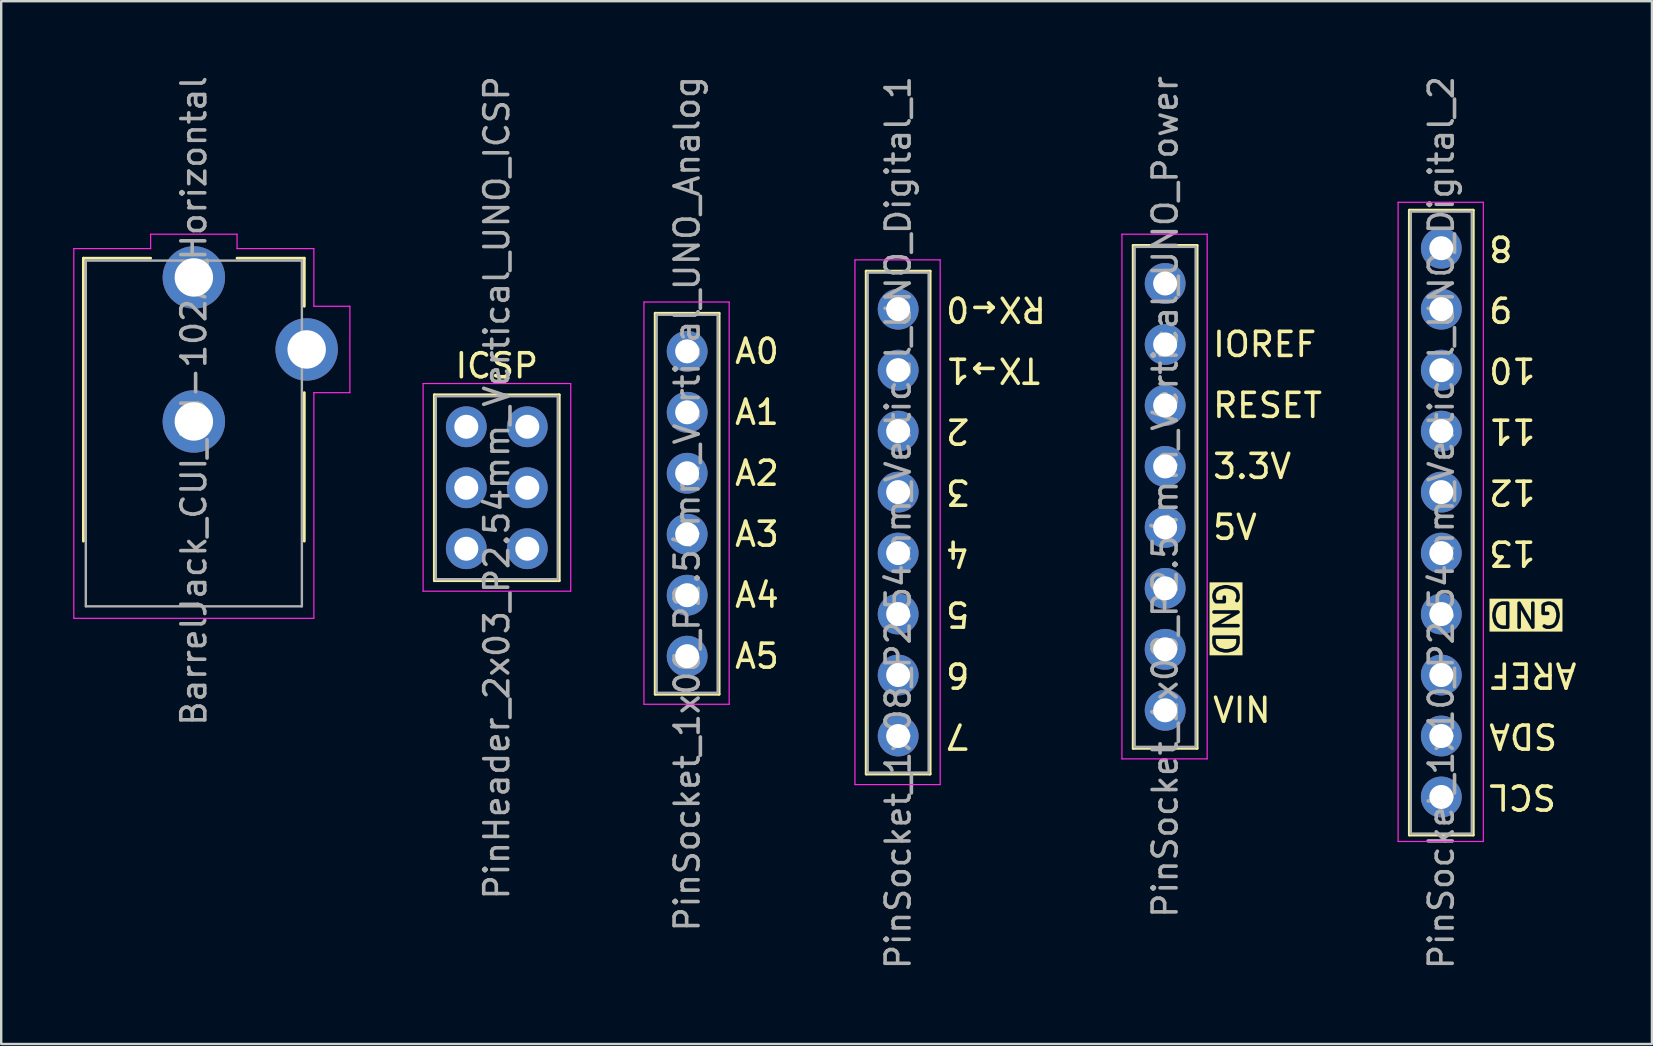
<source format=kicad_pcb>
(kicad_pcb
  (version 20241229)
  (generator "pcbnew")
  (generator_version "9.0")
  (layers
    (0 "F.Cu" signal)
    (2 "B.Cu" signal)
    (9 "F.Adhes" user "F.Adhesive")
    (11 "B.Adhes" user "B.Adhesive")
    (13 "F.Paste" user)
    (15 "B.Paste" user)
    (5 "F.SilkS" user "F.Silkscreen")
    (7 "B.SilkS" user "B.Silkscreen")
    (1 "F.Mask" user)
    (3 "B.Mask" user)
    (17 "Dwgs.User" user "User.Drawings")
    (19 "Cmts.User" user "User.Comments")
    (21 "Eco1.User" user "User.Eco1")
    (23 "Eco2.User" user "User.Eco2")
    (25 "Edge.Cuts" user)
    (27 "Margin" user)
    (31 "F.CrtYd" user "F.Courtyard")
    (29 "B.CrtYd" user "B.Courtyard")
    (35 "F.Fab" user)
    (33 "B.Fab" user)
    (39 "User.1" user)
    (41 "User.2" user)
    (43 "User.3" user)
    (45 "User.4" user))
  (footprint "PinSocket_1x08_P2.54mm_Vertical_UNO_Digital_1"
    (layer "F.Cu")
    (at 34.365 9.83)
    (property "Reference" "PinSocket_1x08_P2.54mm_Vertical_UNO_Digital_1" (at 0 8.89 270) (layer "F.Fab") (effects (font (size 1 1) (thickness 0.15))))
    (attr through_hole)
    (fp_line (start -1.33 -1.584) (end -1.33 19.364) (stroke (width 0.12) (type solid)) (layer "F.SilkS"))
    (fp_line (start -1.33 -1.584) (end 1.33 -1.584) (stroke (width 0.12) (type solid)) (layer "F.SilkS"))
    (fp_line (start -1.33 19.364) (end 1.33 19.364) (stroke (width 0.12) (type solid)) (layer "F.SilkS"))
    (fp_line (start 1.33 -1.584) (end 1.33 19.364) (stroke (width 0.12) (type solid)) (layer "F.SilkS"))
    (fp_line (start -1.8 -2.054) (end 1.75 -2.054) (stroke (width 0.05) (type solid)) (layer "F.CrtYd"))
    (fp_line (start -1.8 19.804) (end -1.8 -2.054) (stroke (width 0.05) (type solid)) (layer "F.CrtYd"))
    (fp_line (start 1.75 -2.054) (end 1.75 19.804) (stroke (width 0.05) (type solid)) (layer "F.CrtYd"))
    (fp_line (start 1.75 19.804) (end -1.8 19.804) (stroke (width 0.05) (type solid)) (layer "F.CrtYd"))
    (fp_line (start -1.27 -1.524) (end 1.27 -1.524) (stroke (width 0.1) (type solid)) (layer "F.Fab"))
    (fp_line (start -1.27 19.304) (end -1.27 -1.524) (stroke (width 0.1) (type solid)) (layer "F.Fab"))
    (fp_line (start 1.27 -1.524) (end 1.27 19.304) (stroke (width 0.1) (type solid)) (layer "F.Fab"))
    (fp_line (start 1.27 19.304) (end -1.27 19.304) (stroke (width 0.1) (type solid)) (layer "F.Fab"))
    (fp_text user "4" (at 1.905 10.16 180) (unlocked yes) (layer "F.SilkS") (effects (font (size 1 1) (thickness 0.15)) (justify right)))
    (fp_text user "7" (at 1.905 17.78 180) (unlocked yes) (layer "F.SilkS") (effects (font (size 1 1) (thickness 0.15)) (justify right)))
    (fp_text user "3" (at 1.905 7.62 180) (unlocked yes) (layer "F.SilkS") (effects (font (size 1 1) (thickness 0.15)) (justify right)))
    (fp_text user "2" (at 1.905 5.08 180) (unlocked yes) (layer "F.SilkS") (effects (font (size 1 1) (thickness 0.15)) (justify right)))
    (fp_text user "6" (at 1.905 15.24 180) (unlocked yes) (layer "F.SilkS") (effects (font (size 1 1) (thickness 0.15)) (justify right)))
    (fp_text user "TX→1" (at 1.905 2.54 180) (unlocked yes) (layer "F.SilkS") (effects (font (size 1 1) (thickness 0.15)) (justify right)))
    (fp_text user "5" (at 1.905 12.7 180) (unlocked yes) (layer "F.SilkS") (effects (font (size 1 1) (thickness 0.15)) (justify right)))
    (fp_text user "RX←0" (at 1.905 0 180) (unlocked yes) (layer "F.SilkS") (effects (font (size 1 1) (thickness 0.15)) (justify right)))
    (pad "1" thru_hole circle (at 0 0) (size 1.7 1.7) (drill 1) (layers "*.Cu" "*.Mask"))
    (pad "2" thru_hole circle (at 0 2.54) (size 1.7 1.7) (drill 1) (layers "*.Cu" "*.Mask"))
    (pad "3" thru_hole circle (at 0 5.08) (size 1.7 1.7) (drill 1) (layers "*.Cu" "*.Mask"))
    (pad "4" thru_hole circle (at 0 7.62) (size 1.7 1.7) (drill 1) (layers "*.Cu" "*.Mask"))
    (pad "5" thru_hole circle (at 0 10.16) (size 1.7 1.7) (drill 1) (layers "*.Cu" "*.Mask"))
    (pad "6" thru_hole circle (at 0 12.7) (size 1.7 1.7) (drill 1) (layers "*.Cu" "*.Mask"))
    (pad "7" thru_hole circle (at 0 15.24) (size 1.7 1.7) (drill 1) (layers "*.Cu" "*.Mask"))
    (pad "8" thru_hole circle (at 0 17.78) (size 1.7 1.7) (drill 1) (layers "*.Cu" "*.Mask")))
  (footprint "PinSocket_1x06_P2.54mm_Vertical_UNO_Analog"
    (layer "F.Cu")
    (at 25.575 11.585)
    (property "Reference" "PinSocket_1x06_P2.54mm_Vertical_UNO_Analog" (at 0 6.35 90) (layer "F.Fab") (effects (font (size 1 1) (thickness 0.15))))
    (attr through_hole)
    (fp_line (start -1.33 -1.584) (end -1.33 14.284) (stroke (width 0.12) (type solid)) (layer "F.SilkS"))
    (fp_line (start -1.33 -1.584) (end 1.33 -1.584) (stroke (width 0.12) (type solid)) (layer "F.SilkS"))
    (fp_line (start -1.33 14.284) (end 1.33 14.284) (stroke (width 0.12) (type solid)) (layer "F.SilkS"))
    (fp_line (start 1.33 -1.584) (end 1.33 14.284) (stroke (width 0.12) (type solid)) (layer "F.SilkS"))
    (fp_line (start -1.8 -2.054) (end 1.75 -2.054) (stroke (width 0.05) (type solid)) (layer "F.CrtYd"))
    (fp_line (start -1.8 14.704) (end -1.8 -2.054) (stroke (width 0.05) (type solid)) (layer "F.CrtYd"))
    (fp_line (start 1.75 -2.054) (end 1.75 14.704) (stroke (width 0.05) (type solid)) (layer "F.CrtYd"))
    (fp_line (start 1.75 14.704) (end -1.8 14.704) (stroke (width 0.05) (type solid)) (layer "F.CrtYd"))
    (fp_line (start -1.27 -1.524) (end 1.27 -1.524) (stroke (width 0.1) (type solid)) (layer "F.Fab"))
    (fp_line (start -1.27 14.224) (end -1.27 -1.524) (stroke (width 0.1) (type solid)) (layer "F.Fab"))
    (fp_line (start 1.27 -1.524) (end 1.27 14.224) (stroke (width 0.1) (type solid)) (layer "F.Fab"))
    (fp_line (start 1.27 14.224) (end -1.27 14.224) (stroke (width 0.1) (type solid)) (layer "F.Fab"))
    (fp_text user "A3" (at 1.905 7.62 0) (unlocked yes) (layer "F.SilkS") (effects (font (size 1 1) (thickness 0.15)) (justify left)))
    (fp_text user "A4" (at 1.905 10.16 0) (unlocked yes) (layer "F.SilkS") (effects (font (size 1 1) (thickness 0.15)) (justify left)))
    (fp_text user "A5" (at 1.905 12.7 0) (unlocked yes) (layer "F.SilkS") (effects (font (size 1 1) (thickness 0.15)) (justify left)))
    (fp_text user "A1" (at 1.905 2.54 0) (unlocked yes) (layer "F.SilkS") (effects (font (size 1 1) (thickness 0.15)) (justify left)))
    (fp_text user "A2" (at 1.905 5.08 0) (unlocked yes) (layer "F.SilkS") (effects (font (size 1 1) (thickness 0.15)) (justify left)))
    (fp_text user "A0" (at 1.905 0 0) (unlocked yes) (layer "F.SilkS") (effects (font (size 1 1) (thickness 0.15)) (justify left)))
    (pad "1" thru_hole circle (at 0 0) (size 1.7 1.7) (drill 1) (layers "*.Cu" "*.Mask"))
    (pad "2" thru_hole circle (at 0 2.54) (size 1.7 1.7) (drill 1) (layers "*.Cu" "*.Mask"))
    (pad "3" thru_hole circle (at 0 5.08) (size 1.7 1.7) (drill 1) (layers "*.Cu" "*.Mask"))
    (pad "4" thru_hole circle (at 0 7.62) (size 1.7 1.7) (drill 1) (layers "*.Cu" "*.Mask"))
    (pad "5" thru_hole circle (at 0 10.16) (size 1.7 1.7) (drill 1) (layers "*.Cu" "*.Mask"))
    (pad "6" thru_hole circle (at 0 12.7) (size 1.7 1.7) (drill 1) (layers "*.Cu" "*.Mask")))
  (footprint "BarrelJack_CUI_PJ-102A_Horizontal"
    (layer "F.Cu")
    (at 9.525 7.807)
    (property "Reference" "BarrelJack_CUI_PJ-102A_Horizontal" (at -4.5 5.842 90) (layer "F.Fab") (effects (font (size 1 1) (thickness 0.15))))
    (attr through_hole)
    (fp_line (start -9.1 -0.1) (end -6.3 -0.1) (stroke (width 0.12) (type solid)) (layer "F.SilkS"))
    (fp_line (start -9.1 11.684) (end -9.1 -0.1) (stroke (width 0.12) (type solid)) (layer "F.SilkS"))
    (fp_line (start -2.7 -0.1) (end 0.1 -0.1) (stroke (width 0.12) (type solid)) (layer "F.SilkS"))
    (fp_line (start 0.1 -0.1) (end 0.1 1.9) (stroke (width 0.12) (type solid)) (layer "F.SilkS"))
    (fp_line (start 0.1 5.5) (end 0.1 11.684) (stroke (width 0.12) (type solid)) (layer "F.SilkS"))
    (fp_line (start -9.5 -0.5) (end -6.3 -0.5) (stroke (width 0.05) (type solid)) (layer "F.CrtYd"))
    (fp_line (start -9.5 14.9) (end -9.5 -0.5) (stroke (width 0.05) (type solid)) (layer "F.CrtYd"))
    (fp_line (start -6.3 -1.1) (end -2.7 -1.1) (stroke (width 0.05) (type solid)) (layer "F.CrtYd"))
    (fp_line (start -6.3 -0.5) (end -6.3 -1.1) (stroke (width 0.05) (type solid)) (layer "F.CrtYd"))
    (fp_line (start -2.7 -1.1) (end -2.7 -0.5) (stroke (width 0.05) (type solid)) (layer "F.CrtYd"))
    (fp_line (start -2.7 -0.5) (end 0.5 -0.5) (stroke (width 0.05) (type solid)) (layer "F.CrtYd"))
    (fp_line (start 0.5 -0.5) (end 0.5 1.9) (stroke (width 0.05) (type solid)) (layer "F.CrtYd"))
    (fp_line (start 0.5 1.9) (end 2 1.9) (stroke (width 0.05) (type solid)) (layer "F.CrtYd"))
    (fp_line (start 0.5 5.5) (end 0.5 14.9) (stroke (width 0.05) (type solid)) (layer "F.CrtYd"))
    (fp_line (start 0.5 14.9) (end -9.5 14.9) (stroke (width 0.05) (type solid)) (layer "F.CrtYd"))
    (fp_line (start 2 1.9) (end 2 5.5) (stroke (width 0.05) (type solid)) (layer "F.CrtYd"))
    (fp_line (start 2 5.5) (end 0.5 5.5) (stroke (width 0.05) (type solid)) (layer "F.CrtYd"))
    (fp_line (start -9 0) (end 0 0) (stroke (width 0.1) (type solid)) (layer "F.Fab"))
    (fp_line (start -9 14.4) (end -9 0) (stroke (width 0.1) (type solid)) (layer "F.Fab"))
    (fp_line (start 0 0) (end 0 14.4) (stroke (width 0.1) (type solid)) (layer "F.Fab"))
    (fp_line (start 0 14.4) (end -9 14.4) (stroke (width 0.1) (type solid)) (layer "F.Fab"))
    (pad "1" thru_hole circle (at -4.5 0.7) (size 2.6 2.6) (drill 1.6) (layers "*.Cu" "*.Mask"))
    (pad "2" thru_hole circle (at -4.5 6.7) (size 2.6 2.6) (drill 1.6) (layers "*.Cu" "*.Mask"))
    (pad "3" thru_hole circle (at 0.2 3.7) (size 2.6 2.6) (drill 1.6) (layers "*.Cu" "*.Mask")))
  (footprint "PinHeader_2x03_P2.54mm_Vertical_UNO_ICSP"
    (layer "F.Cu")
    (at 16.375 14.728)
    (property "Reference" "PinHeader_2x03_P2.54mm_Vertical_UNO_ICSP" (at 1.27 2.54 90) (layer "F.Fab") (effects (font (size 1 1) (thickness 0.15))))
    (attr through_hole)
    (fp_line (start -1.33 -1.33) (end -1.33 6.41) (stroke (width 0.12) (type solid)) (layer "F.SilkS"))
    (fp_line (start -1.33 -1.33) (end 3.87 -1.33) (stroke (width 0.12) (type solid)) (layer "F.SilkS"))
    (fp_line (start -1.33 6.41) (end 3.87 6.41) (stroke (width 0.12) (type solid)) (layer "F.SilkS"))
    (fp_line (start 3.87 -1.33) (end 3.87 6.41) (stroke (width 0.12) (type solid)) (layer "F.SilkS"))
    (fp_line (start -1.8 -1.8) (end -1.8 6.85) (stroke (width 0.05) (type solid)) (layer "F.CrtYd"))
    (fp_line (start -1.8 6.85) (end 4.35 6.85) (stroke (width 0.05) (type solid)) (layer "F.CrtYd"))
    (fp_line (start 4.35 -1.8) (end -1.8 -1.8) (stroke (width 0.05) (type solid)) (layer "F.CrtYd"))
    (fp_line (start 4.35 6.85) (end 4.35 -1.8) (stroke (width 0.05) (type solid)) (layer "F.CrtYd"))
    (fp_line (start -1.27 -1.27) (end 3.81 -1.27) (stroke (width 0.1) (type solid)) (layer "F.Fab"))
    (fp_line (start -1.27 6.35) (end -1.27 -1.27) (stroke (width 0.1) (type solid)) (layer "F.Fab"))
    (fp_line (start 3.81 -1.27) (end 3.81 6.35) (stroke (width 0.1) (type solid)) (layer "F.Fab"))
    (fp_line (start 3.81 6.35) (end -1.27 6.35) (stroke (width 0.1) (type solid)) (layer "F.Fab"))
    (fp_text user "ICSP" (at 1.27 -2.54 0) (unlocked yes) (layer "F.SilkS") (effects (font (size 1 1) (thickness 0.15))))
    (pad "1" thru_hole circle (at 0 0) (size 1.7 1.7) (drill 1) (layers "*.Cu" "*.Mask"))
    (pad "2" thru_hole circle (at 2.54 0) (size 1.7 1.7) (drill 1) (layers "*.Cu" "*.Mask"))
    (pad "3" thru_hole circle (at 0 2.54) (size 1.7 1.7) (drill 1) (layers "*.Cu" "*.Mask"))
    (pad "4" thru_hole circle (at 2.54 2.54) (size 1.7 1.7) (drill 1) (layers "*.Cu" "*.Mask"))
    (pad "5" thru_hole circle (at 0 5.08) (size 1.7 1.7) (drill 1) (layers "*.Cu" "*.Mask"))
    (pad "6" thru_hole circle (at 2.54 5.08) (size 1.7 1.7) (drill 1) (layers "*.Cu" "*.Mask")))
  (footprint "PinSocket_1x08_P2.54mm_Vertical_UNO_Power"
    (layer "F.Cu")
    (at 45.487 8.759)
    (property "Reference" "PinSocket_1x08_P2.54mm_Vertical_UNO_Power" (at 0 8.89 90) (layer "F.Fab") (effects (font (size 1 1) (thickness 0.15))))
    (attr through_hole)
    (fp_line (start -1.33 -1.584) (end -1.33 19.364) (stroke (width 0.12) (type solid)) (layer "F.SilkS"))
    (fp_line (start -1.33 -1.584) (end 1.33 -1.584) (stroke (width 0.12) (type solid)) (layer "F.SilkS"))
    (fp_line (start -1.33 19.364) (end 1.33 19.364) (stroke (width 0.12) (type solid)) (layer "F.SilkS"))
    (fp_line (start 1.33 -1.584) (end 1.33 19.364) (stroke (width 0.12) (type solid)) (layer "F.SilkS"))
    (fp_line (start -1.8 -2.054) (end 1.75 -2.054) (stroke (width 0.05) (type solid)) (layer "F.CrtYd"))
    (fp_line (start -1.8 19.804) (end -1.8 -2.054) (stroke (width 0.05) (type solid)) (layer "F.CrtYd"))
    (fp_line (start 1.75 -2.054) (end 1.75 19.804) (stroke (width 0.05) (type solid)) (layer "F.CrtYd"))
    (fp_line (start 1.75 19.804) (end -1.8 19.804) (stroke (width 0.05) (type solid)) (layer "F.CrtYd"))
    (fp_line (start -1.27 -1.524) (end 1.27 -1.524) (stroke (width 0.1) (type solid)) (layer "F.Fab"))
    (fp_line (start -1.27 19.304) (end -1.27 -1.524) (stroke (width 0.1) (type solid)) (layer "F.Fab"))
    (fp_line (start 1.27 -1.524) (end 1.27 19.304) (stroke (width 0.1) (type solid)) (layer "F.Fab"))
    (fp_line (start 1.27 19.304) (end -1.27 19.304) (stroke (width 0.1) (type solid)) (layer "F.Fab"))
    (fp_text user "3.3V" (at 1.905 7.62 0) (unlocked yes) (layer "F.SilkS") (effects (font (size 1 1) (thickness 0.15)) (justify left)))
    (fp_text user "5V" (at 1.905 10.16 0) (unlocked yes) (layer "F.SilkS") (effects (font (size 1 1) (thickness 0.15)) (justify left)))
    (fp_text user "GND" (at 1.905 13.97 270) (unlocked yes) (layer "F.SilkS" knockout) (effects (font (size 1 1) (thickness 0.15)) (justify bottom)))
    (fp_text user "IOREF" (at 1.905 2.54 0) (unlocked yes) (layer "F.SilkS") (effects (font (size 1 1) (thickness 0.15)) (justify left)))
    (fp_text user "RESET" (at 1.905 5.08 0) (unlocked yes) (layer "F.SilkS") (effects (font (size 1 1) (thickness 0.15)) (justify left)))
    (fp_text user "VIN" (at 1.905 17.78 0) (unlocked yes) (layer "F.SilkS") (effects (font (size 1 1) (thickness 0.15)) (justify left)))
    (pad "1" thru_hole circle (at 0 0) (size 1.7 1.7) (drill 1) (layers "*.Cu" "*.Mask"))
    (pad "2" thru_hole circle (at 0 2.54) (size 1.7 1.7) (drill 1) (layers "*.Cu" "*.Mask"))
    (pad "3" thru_hole circle (at 0 5.08) (size 1.7 1.7) (drill 1) (layers "*.Cu" "*.Mask"))
    (pad "4" thru_hole circle (at 0 7.62) (size 1.7 1.7) (drill 1) (layers "*.Cu" "*.Mask"))
    (pad "5" thru_hole circle (at 0 10.16) (size 1.7 1.7) (drill 1) (layers "*.Cu" "*.Mask"))
    (pad "6" thru_hole circle (at 0 12.7) (size 1.7 1.7) (drill 1) (layers "*.Cu" "*.Mask"))
    (pad "7" thru_hole circle (at 0 15.24) (size 1.7 1.7) (drill 1) (layers "*.Cu" "*.Mask"))
    (pad "8" thru_hole circle (at 0 17.78) (size 1.7 1.7) (drill 1) (layers "*.Cu" "*.Mask")))
  (footprint "PinSocket_1x10_P2.54mm_Vertical_UNO_Digital_2"
    (layer "F.Cu")
    (at 56.991 7.29)
    (property "Reference" "PinSocket_1x10_P2.54mm_Vertical_UNO_Digital_2" (at 0 11.43 270) (layer "F.Fab") (effects (font (size 1 1) (thickness 0.15))))
    (attr through_hole)
    (fp_line (start -1.33 -1.584) (end -1.33 24.444) (stroke (width 0.12) (type solid)) (layer "F.SilkS"))
    (fp_line (start -1.33 -1.584) (end 1.33 -1.584) (stroke (width 0.12) (type solid)) (layer "F.SilkS"))
    (fp_line (start -1.33 24.444) (end 1.33 24.444) (stroke (width 0.12) (type solid)) (layer "F.SilkS"))
    (fp_line (start 1.33 -1.584) (end 1.33 24.444) (stroke (width 0.12) (type solid)) (layer "F.SilkS"))
    (fp_line (start -1.8 -1.914) (end 1.75 -1.914) (stroke (width 0.05) (type solid)) (layer "F.CrtYd"))
    (fp_line (start -1.8 24.714) (end -1.8 -1.914) (stroke (width 0.05) (type solid)) (layer "F.CrtYd"))
    (fp_line (start 1.75 -1.914) (end 1.75 24.714) (stroke (width 0.05) (type solid)) (layer "F.CrtYd"))
    (fp_line (start 1.75 24.714) (end -1.8 24.714) (stroke (width 0.05) (type solid)) (layer "F.CrtYd"))
    (fp_line (start -1.27 -1.524) (end 1.27 -1.524) (stroke (width 0.1) (type solid)) (layer "F.Fab"))
    (fp_line (start -1.27 24.384) (end -1.27 -1.524) (stroke (width 0.1) (type solid)) (layer "F.Fab"))
    (fp_line (start 1.27 -1.524) (end 1.27 24.384) (stroke (width 0.1) (type solid)) (layer "F.Fab"))
    (fp_line (start 1.27 24.384) (end -1.27 24.384) (stroke (width 0.1) (type solid)) (layer "F.Fab"))
    (fp_text user "SCL" (at 1.905 22.86 180) (unlocked yes) (layer "F.SilkS") (effects (font (size 1 1) (thickness 0.15)) (justify right)))
    (fp_text user "AREF" (at 1.905 17.78 180) (unlocked yes) (layer "F.SilkS") (effects (font (size 1 1) (thickness 0.15)) (justify right)))
    (fp_text user "12" (at 1.905 10.16 180) (unlocked yes) (layer "F.SilkS") (effects (font (size 1 1) (thickness 0.15)) (justify right)))
    (fp_text user "11" (at 1.905 7.62 180) (unlocked yes) (layer "F.SilkS") (effects (font (size 1 1) (thickness 0.15)) (justify right)))
    (fp_text user "SDA" (at 1.905 20.32 180) (unlocked yes) (layer "F.SilkS") (effects (font (size 1 1) (thickness 0.15)) (justify right)))
    (fp_text user "GND" (at 1.905 15.24 180) (unlocked yes) (layer "F.SilkS" knockout) (effects (font (size 1 1) (thickness 0.15)) (justify right)))
    (fp_text user "8" (at 1.905 0 180) (unlocked yes) (layer "F.SilkS") (effects (font (size 1 1) (thickness 0.15)) (justify right)))
    (fp_text user "9" (at 1.905 2.54 180) (unlocked yes) (layer "F.SilkS") (effects (font (size 1 1) (thickness 0.15)) (justify right)))
    (fp_text user "13" (at 1.905 12.7 180) (unlocked yes) (layer "F.SilkS") (effects (font (size 1 1) (thickness 0.15)) (justify right)))
    (fp_text user "10" (at 1.905 5.08 180) (unlocked yes) (layer "F.SilkS") (effects (font (size 1 1) (thickness 0.15)) (justify right)))
    (pad "1" thru_hole circle (at 0 0) (size 1.7 1.7) (drill 1) (layers "*.Cu" "*.Mask"))
    (pad "2" thru_hole circle (at 0 2.54) (size 1.7 1.7) (drill 1) (layers "*.Cu" "*.Mask"))
    (pad "3" thru_hole circle (at 0 5.08) (size 1.7 1.7) (drill 1) (layers "*.Cu" "*.Mask"))
    (pad "4" thru_hole circle (at 0 7.62) (size 1.7 1.7) (drill 1) (layers "*.Cu" "*.Mask"))
    (pad "5" thru_hole circle (at 0 10.16) (size 1.7 1.7) (drill 1) (layers "*.Cu" "*.Mask"))
    (pad "6" thru_hole circle (at 0 12.7) (size 1.7 1.7) (drill 1) (layers "*.Cu" "*.Mask"))
    (pad "7" thru_hole circle (at 0 15.24) (size 1.7 1.7) (drill 1) (layers "*.Cu" "*.Mask"))
    (pad "8" thru_hole circle (at 0 17.78) (size 1.7 1.7) (drill 1) (layers "*.Cu" "*.Mask"))
    (pad "9" thru_hole circle (at 0 20.32) (size 1.7 1.7) (drill 1) (layers "*.Cu" "*.Mask"))
    (pad "10" thru_hole circle (at 0 22.86) (size 1.7 1.7) (drill 1) (layers "*.Cu" "*.Mask")))
  (gr_rect
    (start -3 -3)
    (end 65.765 40.44)
    (stroke (width 0.1) (type default))
    (fill no)
    (layer "Edge.Cuts")))
</source>
